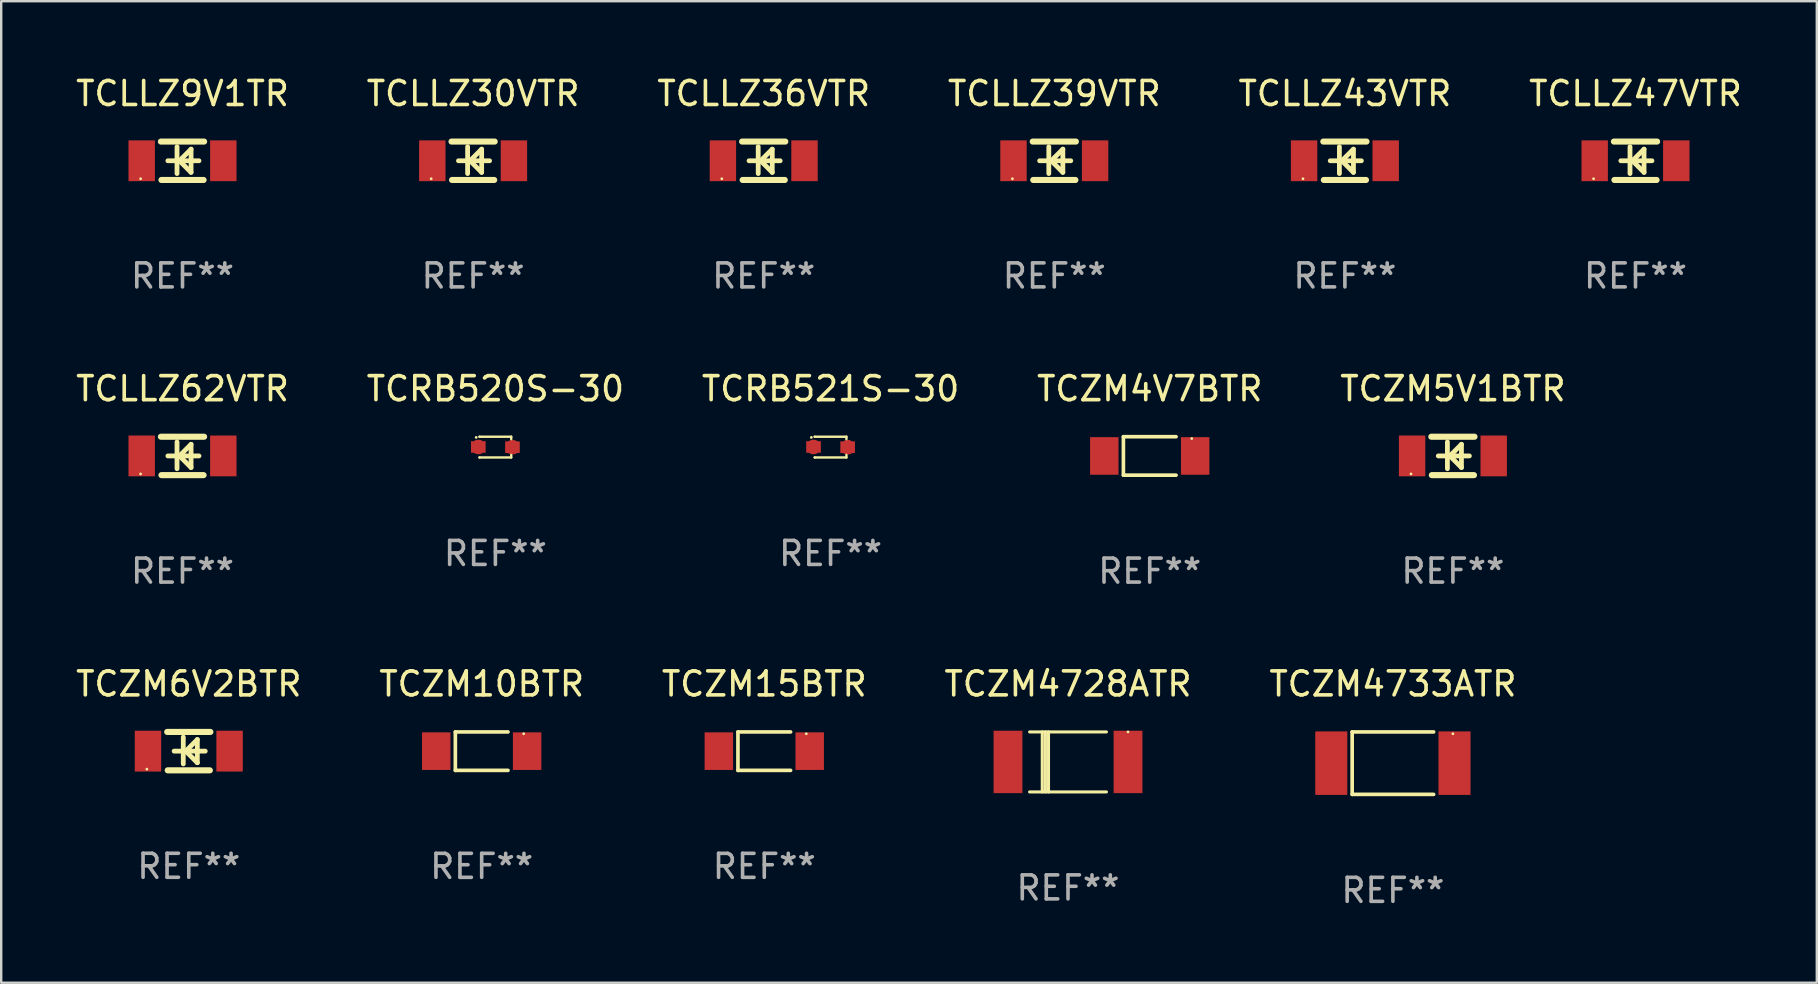
<source format=kicad_pcb>
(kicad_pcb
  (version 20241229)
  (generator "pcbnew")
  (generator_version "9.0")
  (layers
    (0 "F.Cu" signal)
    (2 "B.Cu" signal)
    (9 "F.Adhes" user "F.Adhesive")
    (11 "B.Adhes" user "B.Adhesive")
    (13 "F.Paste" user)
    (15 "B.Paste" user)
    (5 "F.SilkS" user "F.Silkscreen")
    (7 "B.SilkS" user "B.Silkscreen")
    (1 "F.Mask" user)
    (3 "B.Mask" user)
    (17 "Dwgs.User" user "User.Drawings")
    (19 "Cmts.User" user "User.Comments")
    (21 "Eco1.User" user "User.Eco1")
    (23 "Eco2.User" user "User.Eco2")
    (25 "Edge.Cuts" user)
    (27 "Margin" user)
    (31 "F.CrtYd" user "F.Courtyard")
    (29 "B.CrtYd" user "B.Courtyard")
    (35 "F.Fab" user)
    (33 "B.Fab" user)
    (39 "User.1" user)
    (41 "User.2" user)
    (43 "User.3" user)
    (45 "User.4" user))
  (footprint "TCZM4728ATR"
    (layer "F.Cu")
    (at 41.446 28.694)
    (property "Reference" "TCZM4728ATR" (at 0 -3.25 0) (layer "F.SilkS") (effects (font (size 1 1) (thickness 0.15))))
    (attr through_hole)
    (fp_line (start -1.6 -1.25) (end 1.6 -1.25) (stroke (width 0.129) (type solid)) (layer "F.SilkS"))
    (fp_line (start -1.6 1.25) (end 1.6 1.25) (stroke (width 0.129) (type solid)) (layer "F.SilkS"))
    (fp_line (start -1.072 -1.25) (end -1.072 1.25) (stroke (width 0.129) (type solid)) (layer "F.SilkS"))
    (fp_line (start -0.942 -1.25) (end -0.942 1.25) (stroke (width 0.129) (type solid)) (layer "F.SilkS"))
    (fp_line (start -0.813 -1.25) (end -0.813 1.25) (stroke (width 0.129) (type solid)) (layer "F.SilkS"))
    (fp_circle (center 2.5 -1.25) (end 2.53 -1.25) (stroke (width 0.06) (type solid)) (fill no) (layer "F.SilkS"))
    (fp_text user "REF**" (at 0 5.25 0) (layer "F.Fab") (effects (font (size 1 1) (thickness 0.15))))
    (pad "1" smd rect (at 2.5 0 180) (size 1.2 2.6) (layers "F.Cu" "F.Mask" "F.Paste"))
    (pad "2" smd rect (at -2.5 0 180) (size 1.2 2.6) (layers "F.Cu" "F.Mask" "F.Paste")))
  (footprint "TCZM5V1BTR"
    (layer "F.Cu")
    (at 57.482 15.945)
    (property "Reference" "TCZM5V1BTR" (at 0 -2.8 0) (layer "F.SilkS") (effects (font (size 1 1) (thickness 0.15))))
    (attr through_hole)
    (fp_line (start -0.9 -0.8) (end 0.9 -0.8) (stroke (width 0.254) (type solid)) (layer "F.SilkS"))
    (fp_line (start -0.878 0.8) (end 0.878 0.8) (stroke (width 0.254) (type solid)) (layer "F.SilkS"))
    (fp_line (start -0.61 0) (end 0.686 0) (stroke (width 0.2) (type solid)) (layer "F.SilkS"))
    (fp_line (start -0.229 -0.584) (end -0.229 0.533) (stroke (width 0.2) (type solid)) (layer "F.SilkS"))
    (fp_line (start -0.127 0) (end 0.356 -0.483) (stroke (width 0.2) (type solid)) (layer "F.SilkS"))
    (fp_line (start 0.356 -0.483) (end 0.356 0.483) (stroke (width 0.2) (type solid)) (layer "F.SilkS"))
    (fp_line (start 0.356 0.483) (end -0.102 0.025) (stroke (width 0.2) (type solid)) (layer "F.SilkS"))
    (fp_circle (center -1.746 0.75) (end -1.716 0.75) (stroke (width 0.06) (type solid)) (fill no) (layer "F.SilkS"))
    (fp_text user "REF**" (at 0 4.8 0) (layer "F.Fab") (effects (font (size 1 1) (thickness 0.15))))
    (pad "1" smd rect (at -1.7 0 180) (size 1.1 1.7) (layers "F.Cu" "F.Mask" "F.Paste"))
    (pad "2" smd rect (at 1.7 0 180) (size 1.1 1.7) (layers "F.Cu" "F.Mask" "F.Paste")))
  (footprint "TCLLZ43VTR"
    (layer "F.Cu")
    (at 52.982 3.648)
    (property "Reference" "TCLLZ43VTR" (at 0 -2.8 0) (layer "F.SilkS") (effects (font (size 1 1) (thickness 0.15))))
    (attr through_hole)
    (fp_line (start -0.9 -0.8) (end 0.9 -0.8) (stroke (width 0.254) (type solid)) (layer "F.SilkS"))
    (fp_line (start -0.878 0.8) (end 0.878 0.8) (stroke (width 0.254) (type solid)) (layer "F.SilkS"))
    (fp_line (start -0.61 0) (end 0.686 0) (stroke (width 0.2) (type solid)) (layer "F.SilkS"))
    (fp_line (start -0.229 -0.584) (end -0.229 0.533) (stroke (width 0.2) (type solid)) (layer "F.SilkS"))
    (fp_line (start -0.127 0) (end 0.356 -0.483) (stroke (width 0.2) (type solid)) (layer "F.SilkS"))
    (fp_line (start 0.356 -0.483) (end 0.356 0.483) (stroke (width 0.2) (type solid)) (layer "F.SilkS"))
    (fp_line (start 0.356 0.483) (end -0.102 0.025) (stroke (width 0.2) (type solid)) (layer "F.SilkS"))
    (fp_circle (center -1.746 0.75) (end -1.716 0.75) (stroke (width 0.06) (type solid)) (fill no) (layer "F.SilkS"))
    (fp_text user "REF**" (at 0 4.8 0) (layer "F.Fab") (effects (font (size 1 1) (thickness 0.15))))
    (pad "1" smd rect (at -1.7 0 180) (size 1.1 1.7) (layers "F.Cu" "F.Mask" "F.Paste"))
    (pad "2" smd rect (at 1.7 0 180) (size 1.1 1.7) (layers "F.Cu" "F.Mask" "F.Paste")))
  (footprint "TCZM4V7BTR"
    (layer "F.Cu")
    (at 44.851 15.946)
    (property "Reference" "TCZM4V7BTR" (at 0 -2.801 0) (layer "F.SilkS") (effects (font (size 1 1) (thickness 0.15))))
    (attr through_hole)
    (fp_line (start -1.097 -0.801) (end -1.097 0.801) (stroke (width 0.152) (type solid)) (layer "F.SilkS"))
    (fp_line (start -1.097 -0.801) (end 1.097 -0.801) (stroke (width 0.152) (type solid)) (layer "F.SilkS"))
    (fp_line (start -1.097 0.801) (end 1.097 0.801) (stroke (width 0.152) (type solid)) (layer "F.SilkS"))
    (fp_circle (center 1.75 -0.725) (end 1.78 -0.725) (stroke (width 0.06) (type solid)) (fill no) (layer "F.SilkS"))
    (fp_text user "REF**" (at 0 4.801 0) (layer "F.Fab") (effects (font (size 1 1) (thickness 0.15))))
    (pad "1" smd rect (at 1.893 0) (size 1.185 1.566) (layers "F.Cu" "F.Mask" "F.Paste"))
    (pad "2" smd rect (at -1.893 0) (size 1.185 1.566) (layers "F.Cu" "F.Mask" "F.Paste")))
  (footprint "TCRB520S-30"
    (layer "F.Cu")
    (at 17.589 15.577)
    (property "Reference" "TCRB520S-30" (at 0 -2.432 0) (layer "F.SilkS") (effects (font (size 1 1) (thickness 0.15))))
    (attr through_hole)
    (fp_line (start -0.661 0.432) (end -0.661 0.432) (stroke (width 0.1) (type solid)) (layer "F.SilkS"))
    (fp_line (start -0.661 -0.432) (end -0.661 -0.432) (stroke (width 0.1) (type solid)) (layer "F.SilkS"))
    (fp_line (start -0.661 -0.432) (end 0.66 -0.432) (stroke (width 0.1) (type solid)) (layer "F.SilkS"))
    (fp_line (start 0.66 0.326) (end 0.66 0.432) (stroke (width 0.1) (type solid)) (layer "F.SilkS"))
    (fp_line (start 0.66 0.432) (end -0.661 0.432) (stroke (width 0.1) (type solid)) (layer "F.SilkS"))
    (fp_line (start 0.66 -0.432) (end 0.66 -0.33) (stroke (width 0.1) (type solid)) (layer "F.SilkS"))
    (fp_circle (center -0.8 -0.404) (end -0.77 -0.404) (stroke (width 0.06) (type solid)) (fill no) (layer "F.SilkS"))
    (fp_text user "REF**" (at 0 4.432 0) (layer "F.Fab") (effects (font (size 1 1) (thickness 0.15))))
    (pad "1" smd custom (at -0.711 -0.005) (size 0.61 0.483) (layers "F.Cu" "F.Mask" "F.Paste") (options (anchor circle)) (primitives (gr_poly (pts (xy -0.305 -0.241) (xy 0.305 -0.241) (xy 0.305 0.241) (xy -0.305 0.241)) (width 0) (fill yes))))
    (pad "2" smd custom (at 0.711 0.005) (size 0.61 0.483) (layers "F.Cu" "F.Mask" "F.Paste") (options (anchor circle)) (primitives (gr_poly (pts (xy -0.305 -0.241) (xy 0.305 -0.241) (xy 0.305 0.241) (xy -0.305 0.241)) (width 0) (fill yes)))))
  (footprint "TCLLZ36VTR"
    (layer "F.Cu")
    (at 28.768 3.648)
    (property "Reference" "TCLLZ36VTR" (at 0 -2.8 0) (layer "F.SilkS") (effects (font (size 1 1) (thickness 0.15))))
    (attr through_hole)
    (fp_line (start -0.9 -0.8) (end 0.9 -0.8) (stroke (width 0.254) (type solid)) (layer "F.SilkS"))
    (fp_line (start -0.878 0.8) (end 0.878 0.8) (stroke (width 0.254) (type solid)) (layer "F.SilkS"))
    (fp_line (start -0.61 0) (end 0.686 0) (stroke (width 0.2) (type solid)) (layer "F.SilkS"))
    (fp_line (start -0.229 -0.584) (end -0.229 0.533) (stroke (width 0.2) (type solid)) (layer "F.SilkS"))
    (fp_line (start -0.127 0) (end 0.356 -0.483) (stroke (width 0.2) (type solid)) (layer "F.SilkS"))
    (fp_line (start 0.356 -0.483) (end 0.356 0.483) (stroke (width 0.2) (type solid)) (layer "F.SilkS"))
    (fp_line (start 0.356 0.483) (end -0.102 0.025) (stroke (width 0.2) (type solid)) (layer "F.SilkS"))
    (fp_circle (center -1.746 0.75) (end -1.716 0.75) (stroke (width 0.06) (type solid)) (fill no) (layer "F.SilkS"))
    (fp_text user "REF**" (at 0 4.8 0) (layer "F.Fab") (effects (font (size 1 1) (thickness 0.15))))
    (pad "1" smd rect (at -1.7 0 180) (size 1.1 1.7) (layers "F.Cu" "F.Mask" "F.Paste"))
    (pad "2" smd rect (at 1.7 0 180) (size 1.1 1.7) (layers "F.Cu" "F.Mask" "F.Paste")))
  (footprint "TCLLZ30VTR"
    (layer "F.Cu")
    (at 16.661 3.648)
    (property "Reference" "TCLLZ30VTR" (at 0 -2.8 0) (layer "F.SilkS") (effects (font (size 1 1) (thickness 0.15))))
    (attr through_hole)
    (fp_line (start -0.9 -0.8) (end 0.9 -0.8) (stroke (width 0.254) (type solid)) (layer "F.SilkS"))
    (fp_line (start -0.878 0.8) (end 0.878 0.8) (stroke (width 0.254) (type solid)) (layer "F.SilkS"))
    (fp_line (start -0.61 0) (end 0.686 0) (stroke (width 0.2) (type solid)) (layer "F.SilkS"))
    (fp_line (start -0.229 -0.584) (end -0.229 0.533) (stroke (width 0.2) (type solid)) (layer "F.SilkS"))
    (fp_line (start -0.127 0) (end 0.356 -0.483) (stroke (width 0.2) (type solid)) (layer "F.SilkS"))
    (fp_line (start 0.356 -0.483) (end 0.356 0.483) (stroke (width 0.2) (type solid)) (layer "F.SilkS"))
    (fp_line (start 0.356 0.483) (end -0.102 0.025) (stroke (width 0.2) (type solid)) (layer "F.SilkS"))
    (fp_circle (center -1.746 0.75) (end -1.716 0.75) (stroke (width 0.06) (type solid)) (fill no) (layer "F.SilkS"))
    (fp_text user "REF**" (at 0 4.8 0) (layer "F.Fab") (effects (font (size 1 1) (thickness 0.15))))
    (pad "1" smd rect (at -1.7 0 180) (size 1.1 1.7) (layers "F.Cu" "F.Mask" "F.Paste"))
    (pad "2" smd rect (at 1.7 0 180) (size 1.1 1.7) (layers "F.Cu" "F.Mask" "F.Paste")))
  (footprint "TCZM6V2BTR"
    (layer "F.Cu")
    (at 4.815 28.244)
    (property "Reference" "TCZM6V2BTR" (at 0 -2.8 0) (layer "F.SilkS") (effects (font (size 1 1) (thickness 0.15))))
    (attr through_hole)
    (fp_line (start -0.9 -0.8) (end 0.9 -0.8) (stroke (width 0.254) (type solid)) (layer "F.SilkS"))
    (fp_line (start -0.878 0.8) (end 0.878 0.8) (stroke (width 0.254) (type solid)) (layer "F.SilkS"))
    (fp_line (start -0.61 0) (end 0.686 0) (stroke (width 0.2) (type solid)) (layer "F.SilkS"))
    (fp_line (start -0.229 -0.584) (end -0.229 0.533) (stroke (width 0.2) (type solid)) (layer "F.SilkS"))
    (fp_line (start -0.127 0) (end 0.356 -0.483) (stroke (width 0.2) (type solid)) (layer "F.SilkS"))
    (fp_line (start 0.356 -0.483) (end 0.356 0.483) (stroke (width 0.2) (type solid)) (layer "F.SilkS"))
    (fp_line (start 0.356 0.483) (end -0.102 0.025) (stroke (width 0.2) (type solid)) (layer "F.SilkS"))
    (fp_circle (center -1.746 0.75) (end -1.716 0.75) (stroke (width 0.06) (type solid)) (fill no) (layer "F.SilkS"))
    (fp_text user "REF**" (at 0 4.8 0) (layer "F.Fab") (effects (font (size 1 1) (thickness 0.15))))
    (pad "1" smd rect (at -1.7 0 180) (size 1.1 1.7) (layers "F.Cu" "F.Mask" "F.Paste"))
    (pad "2" smd rect (at 1.7 0 180) (size 1.1 1.7) (layers "F.Cu" "F.Mask" "F.Paste")))
  (footprint "TCZM4733ATR"
    (layer "F.Cu")
    (at 54.982 28.745)
    (property "Reference" "TCZM4733ATR" (at 0 -3.301 0) (layer "F.SilkS") (effects (font (size 1 1) (thickness 0.15))))
    (attr through_hole)
    (fp_line (start -1.697 -1.301) (end -1.697 1.301) (stroke (width 0.152) (type solid)) (layer "F.SilkS"))
    (fp_line (start -1.697 -1.301) (end 1.697 -1.301) (stroke (width 0.152) (type solid)) (layer "F.SilkS"))
    (fp_line (start -1.697 1.301) (end 1.697 1.301) (stroke (width 0.152) (type solid)) (layer "F.SilkS"))
    (fp_circle (center 2.5 -1.225) (end 2.53 -1.225) (stroke (width 0.06) (type solid)) (fill no) (layer "F.SilkS"))
    (fp_text user "REF**" (at 0 5.301 0) (layer "F.Fab") (effects (font (size 1 1) (thickness 0.15))))
    (pad "1" smd rect (at 2.567 0) (size 1.335 2.646) (layers "F.Cu" "F.Mask" "F.Paste"))
    (pad "2" smd rect (at -2.567 0) (size 1.335 2.646) (layers "F.Cu" "F.Mask" "F.Paste")))
  (footprint "TCZM10BTR"
    (layer "F.Cu")
    (at 17.018 28.245)
    (property "Reference" "TCZM10BTR" (at 0 -2.801 0) (layer "F.SilkS") (effects (font (size 1 1) (thickness 0.15))))
    (attr through_hole)
    (fp_line (start -1.097 -0.801) (end -1.097 0.801) (stroke (width 0.152) (type solid)) (layer "F.SilkS"))
    (fp_line (start -1.097 -0.801) (end 1.097 -0.801) (stroke (width 0.152) (type solid)) (layer "F.SilkS"))
    (fp_line (start -1.097 0.801) (end 1.097 0.801) (stroke (width 0.152) (type solid)) (layer "F.SilkS"))
    (fp_circle (center 1.75 -0.725) (end 1.78 -0.725) (stroke (width 0.06) (type solid)) (fill no) (layer "F.SilkS"))
    (fp_text user "REF**" (at 0 4.801 0) (layer "F.Fab") (effects (font (size 1 1) (thickness 0.15))))
    (pad "1" smd rect (at 1.893 0) (size 1.185 1.566) (layers "F.Cu" "F.Mask" "F.Paste"))
    (pad "2" smd rect (at -1.893 0) (size 1.185 1.566) (layers "F.Cu" "F.Mask" "F.Paste")))
  (footprint "TCLLZ47VTR"
    (layer "F.Cu")
    (at 65.089 3.648)
    (property "Reference" "TCLLZ47VTR" (at 0 -2.8 0) (layer "F.SilkS") (effects (font (size 1 1) (thickness 0.15))))
    (attr through_hole)
    (fp_line (start -0.9 -0.8) (end 0.9 -0.8) (stroke (width 0.254) (type solid)) (layer "F.SilkS"))
    (fp_line (start -0.878 0.8) (end 0.878 0.8) (stroke (width 0.254) (type solid)) (layer "F.SilkS"))
    (fp_line (start -0.61 0) (end 0.686 0) (stroke (width 0.2) (type solid)) (layer "F.SilkS"))
    (fp_line (start -0.229 -0.584) (end -0.229 0.533) (stroke (width 0.2) (type solid)) (layer "F.SilkS"))
    (fp_line (start -0.127 0) (end 0.356 -0.483) (stroke (width 0.2) (type solid)) (layer "F.SilkS"))
    (fp_line (start 0.356 -0.483) (end 0.356 0.483) (stroke (width 0.2) (type solid)) (layer "F.SilkS"))
    (fp_line (start 0.356 0.483) (end -0.102 0.025) (stroke (width 0.2) (type solid)) (layer "F.SilkS"))
    (fp_circle (center -1.746 0.75) (end -1.716 0.75) (stroke (width 0.06) (type solid)) (fill no) (layer "F.SilkS"))
    (fp_text user "REF**" (at 0 4.8 0) (layer "F.Fab") (effects (font (size 1 1) (thickness 0.15))))
    (pad "1" smd rect (at -1.7 0 180) (size 1.1 1.7) (layers "F.Cu" "F.Mask" "F.Paste"))
    (pad "2" smd rect (at 1.7 0 180) (size 1.1 1.7) (layers "F.Cu" "F.Mask" "F.Paste")))
  (footprint "TCLLZ62VTR"
    (layer "F.Cu")
    (at 4.554 15.945)
    (property "Reference" "TCLLZ62VTR" (at 0 -2.8 0) (layer "F.SilkS") (effects (font (size 1 1) (thickness 0.15))))
    (attr through_hole)
    (fp_line (start -0.9 -0.8) (end 0.9 -0.8) (stroke (width 0.254) (type solid)) (layer "F.SilkS"))
    (fp_line (start -0.878 0.8) (end 0.878 0.8) (stroke (width 0.254) (type solid)) (layer "F.SilkS"))
    (fp_line (start -0.61 0) (end 0.686 0) (stroke (width 0.2) (type solid)) (layer "F.SilkS"))
    (fp_line (start -0.229 -0.584) (end -0.229 0.533) (stroke (width 0.2) (type solid)) (layer "F.SilkS"))
    (fp_line (start -0.127 0) (end 0.356 -0.483) (stroke (width 0.2) (type solid)) (layer "F.SilkS"))
    (fp_line (start 0.356 -0.483) (end 0.356 0.483) (stroke (width 0.2) (type solid)) (layer "F.SilkS"))
    (fp_line (start 0.356 0.483) (end -0.102 0.025) (stroke (width 0.2) (type solid)) (layer "F.SilkS"))
    (fp_circle (center -1.746 0.75) (end -1.716 0.75) (stroke (width 0.06) (type solid)) (fill no) (layer "F.SilkS"))
    (fp_text user "REF**" (at 0 4.8 0) (layer "F.Fab") (effects (font (size 1 1) (thickness 0.15))))
    (pad "1" smd rect (at -1.7 0 180) (size 1.1 1.7) (layers "F.Cu" "F.Mask" "F.Paste"))
    (pad "2" smd rect (at 1.7 0 180) (size 1.1 1.7) (layers "F.Cu" "F.Mask" "F.Paste")))
  (footprint "TCLLZ39VTR"
    (layer "F.Cu")
    (at 40.875 3.648)
    (property "Reference" "TCLLZ39VTR" (at 0 -2.8 0) (layer "F.SilkS") (effects (font (size 1 1) (thickness 0.15))))
    (attr through_hole)
    (fp_line (start -0.9 -0.8) (end 0.9 -0.8) (stroke (width 0.254) (type solid)) (layer "F.SilkS"))
    (fp_line (start -0.878 0.8) (end 0.878 0.8) (stroke (width 0.254) (type solid)) (layer "F.SilkS"))
    (fp_line (start -0.61 0) (end 0.686 0) (stroke (width 0.2) (type solid)) (layer "F.SilkS"))
    (fp_line (start -0.229 -0.584) (end -0.229 0.533) (stroke (width 0.2) (type solid)) (layer "F.SilkS"))
    (fp_line (start -0.127 0) (end 0.356 -0.483) (stroke (width 0.2) (type solid)) (layer "F.SilkS"))
    (fp_line (start 0.356 -0.483) (end 0.356 0.483) (stroke (width 0.2) (type solid)) (layer "F.SilkS"))
    (fp_line (start 0.356 0.483) (end -0.102 0.025) (stroke (width 0.2) (type solid)) (layer "F.SilkS"))
    (fp_circle (center -1.746 0.75) (end -1.716 0.75) (stroke (width 0.06) (type solid)) (fill no) (layer "F.SilkS"))
    (fp_text user "REF**" (at 0 4.8 0) (layer "F.Fab") (effects (font (size 1 1) (thickness 0.15))))
    (pad "1" smd rect (at -1.7 0 180) (size 1.1 1.7) (layers "F.Cu" "F.Mask" "F.Paste"))
    (pad "2" smd rect (at 1.7 0 180) (size 1.1 1.7) (layers "F.Cu" "F.Mask" "F.Paste")))
  (footprint "TCLLZ9V1TR"
    (layer "F.Cu")
    (at 4.554 3.648)
    (property "Reference" "TCLLZ9V1TR" (at 0 -2.8 0) (layer "F.SilkS") (effects (font (size 1 1) (thickness 0.15))))
    (attr through_hole)
    (fp_line (start -0.9 -0.8) (end 0.9 -0.8) (stroke (width 0.254) (type solid)) (layer "F.SilkS"))
    (fp_line (start -0.878 0.8) (end 0.878 0.8) (stroke (width 0.254) (type solid)) (layer "F.SilkS"))
    (fp_line (start -0.61 0) (end 0.686 0) (stroke (width 0.2) (type solid)) (layer "F.SilkS"))
    (fp_line (start -0.229 -0.584) (end -0.229 0.533) (stroke (width 0.2) (type solid)) (layer "F.SilkS"))
    (fp_line (start -0.127 0) (end 0.356 -0.483) (stroke (width 0.2) (type solid)) (layer "F.SilkS"))
    (fp_line (start 0.356 -0.483) (end 0.356 0.483) (stroke (width 0.2) (type solid)) (layer "F.SilkS"))
    (fp_line (start 0.356 0.483) (end -0.102 0.025) (stroke (width 0.2) (type solid)) (layer "F.SilkS"))
    (fp_circle (center -1.746 0.75) (end -1.716 0.75) (stroke (width 0.06) (type solid)) (fill no) (layer "F.SilkS"))
    (fp_text user "REF**" (at 0 4.8 0) (layer "F.Fab") (effects (font (size 1 1) (thickness 0.15))))
    (pad "1" smd rect (at -1.7 0 180) (size 1.1 1.7) (layers "F.Cu" "F.Mask" "F.Paste"))
    (pad "2" smd rect (at 1.7 0 180) (size 1.1 1.7) (layers "F.Cu" "F.Mask" "F.Paste")))
  (footprint "TCZM15BTR"
    (layer "F.Cu")
    (at 28.792 28.245)
    (property "Reference" "TCZM15BTR" (at 0 -2.801 0) (layer "F.SilkS") (effects (font (size 1 1) (thickness 0.15))))
    (attr through_hole)
    (fp_line (start -1.097 -0.801) (end -1.097 0.801) (stroke (width 0.152) (type solid)) (layer "F.SilkS"))
    (fp_line (start -1.097 -0.801) (end 1.097 -0.801) (stroke (width 0.152) (type solid)) (layer "F.SilkS"))
    (fp_line (start -1.097 0.801) (end 1.097 0.801) (stroke (width 0.152) (type solid)) (layer "F.SilkS"))
    (fp_circle (center 1.75 -0.725) (end 1.78 -0.725) (stroke (width 0.06) (type solid)) (fill no) (layer "F.SilkS"))
    (fp_text user "REF**" (at 0 4.801 0) (layer "F.Fab") (effects (font (size 1 1) (thickness 0.15))))
    (pad "1" smd rect (at 1.893 0) (size 1.185 1.566) (layers "F.Cu" "F.Mask" "F.Paste"))
    (pad "2" smd rect (at -1.893 0) (size 1.185 1.566) (layers "F.Cu" "F.Mask" "F.Paste")))
  (footprint "TCRB521S-30"
    (layer "F.Cu")
    (at 31.554 15.577)
    (property "Reference" "TCRB521S-30" (at 0 -2.432 0) (layer "F.SilkS") (effects (font (size 1 1) (thickness 0.15))))
    (attr through_hole)
    (fp_line (start -0.661 0.432) (end -0.661 0.432) (stroke (width 0.1) (type solid)) (layer "F.SilkS"))
    (fp_line (start -0.661 -0.432) (end -0.661 -0.432) (stroke (width 0.1) (type solid)) (layer "F.SilkS"))
    (fp_line (start -0.661 -0.432) (end 0.66 -0.432) (stroke (width 0.1) (type solid)) (layer "F.SilkS"))
    (fp_line (start 0.66 0.326) (end 0.66 0.432) (stroke (width 0.1) (type solid)) (layer "F.SilkS"))
    (fp_line (start 0.66 0.432) (end -0.661 0.432) (stroke (width 0.1) (type solid)) (layer "F.SilkS"))
    (fp_line (start 0.66 -0.432) (end 0.66 -0.33) (stroke (width 0.1) (type solid)) (layer "F.SilkS"))
    (fp_circle (center -0.8 -0.404) (end -0.77 -0.404) (stroke (width 0.06) (type solid)) (fill no) (layer "F.SilkS"))
    (fp_text user "REF**" (at 0 4.432 0) (layer "F.Fab") (effects (font (size 1 1) (thickness 0.15))))
    (pad "1" smd custom (at -0.711 -0.005) (size 0.61 0.483) (layers "F.Cu" "F.Mask" "F.Paste") (options (anchor circle)) (primitives (gr_poly (pts (xy -0.305 -0.241) (xy 0.305 -0.241) (xy 0.305 0.241) (xy -0.305 0.241)) (width 0) (fill yes))))
    (pad "2" smd custom (at 0.711 0.005) (size 0.61 0.483) (layers "F.Cu" "F.Mask" "F.Paste") (options (anchor circle)) (primitives (gr_poly (pts (xy -0.305 -0.241) (xy 0.305 -0.241) (xy 0.305 0.241) (xy -0.305 0.241)) (width 0) (fill yes)))))
  (gr_rect
    (start -3 -3)
    (end 72.643 37.894)
    (stroke (width 0.1) (type default))
    (fill no)
    (layer "Edge.Cuts")))
</source>
